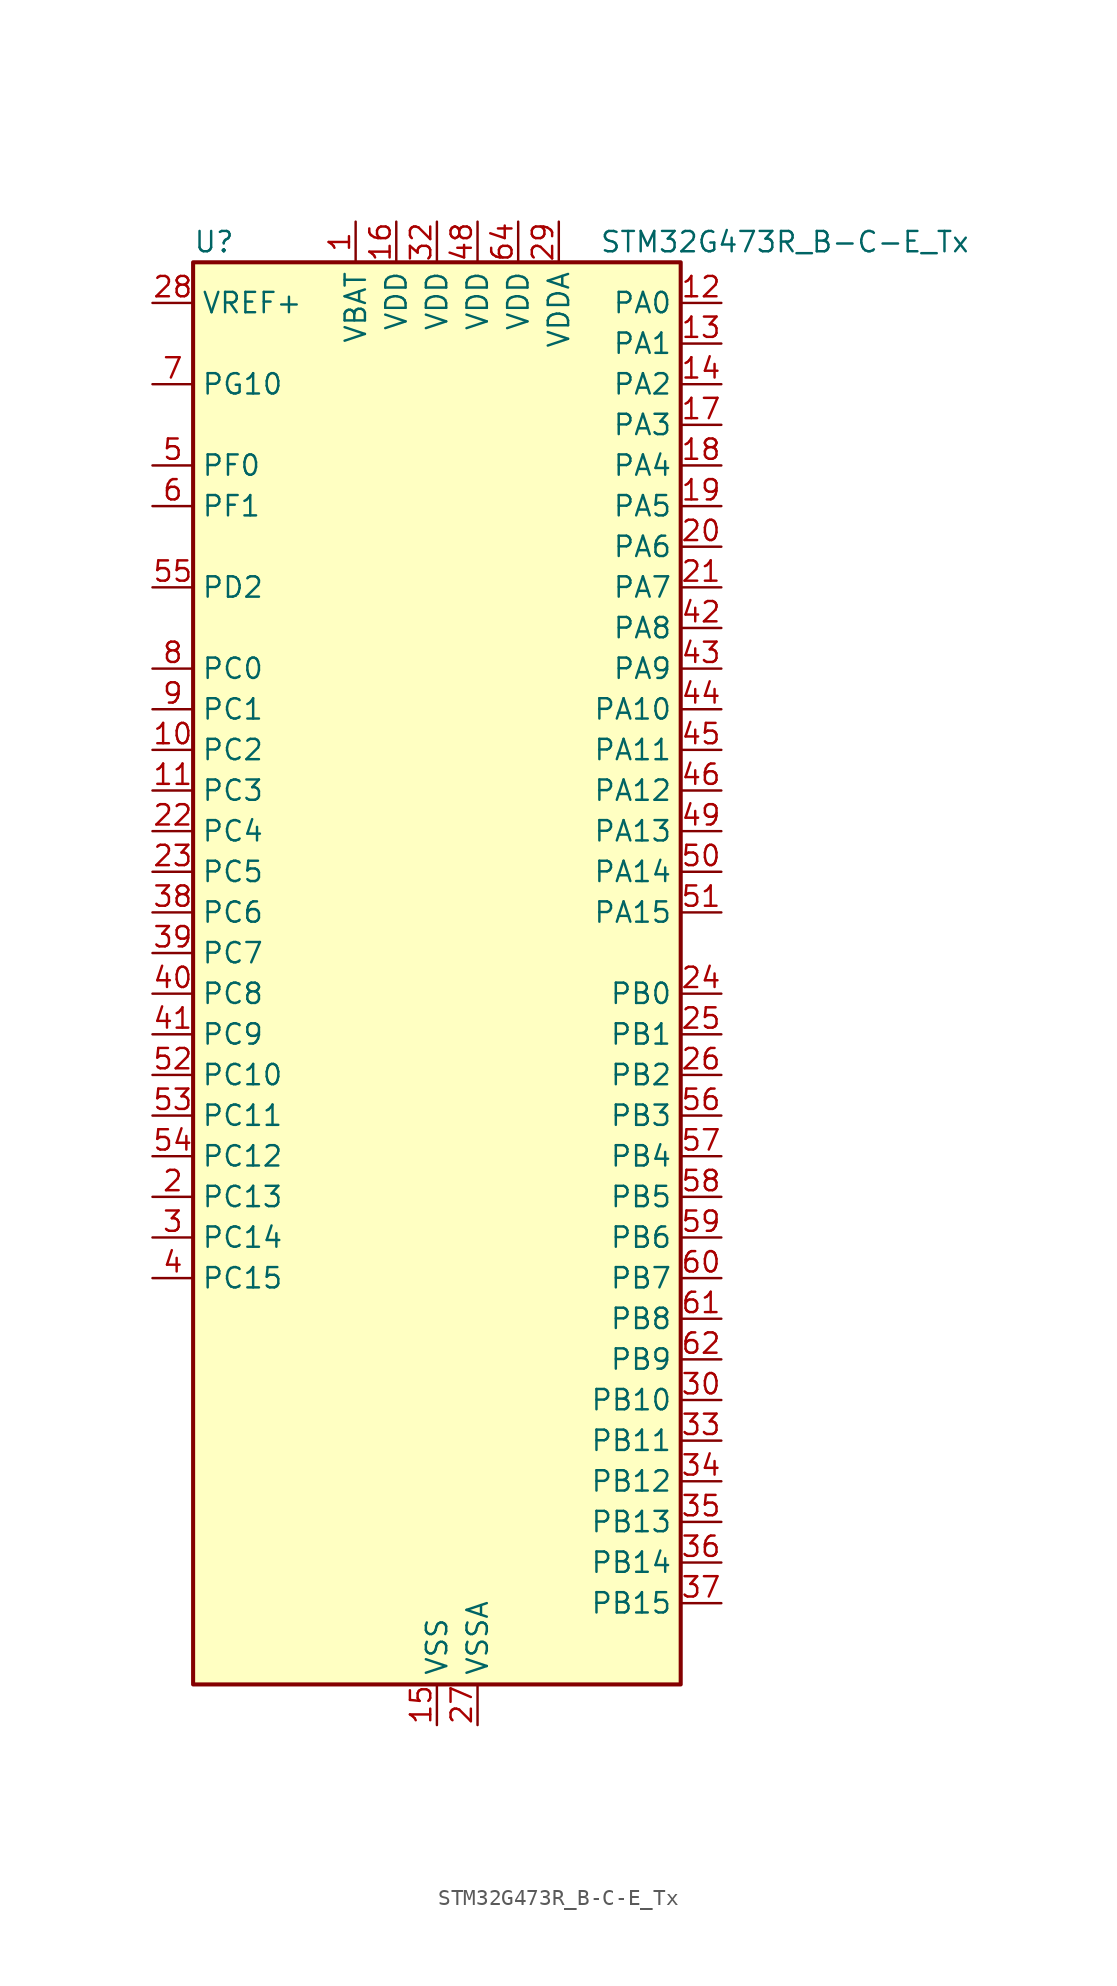
<source format=kicad_sym>
(kicad_symbol_lib
  (version 20231120)
  (generator "kicad_symbol_editor")
  (generator_version "8.0")
  (symbol "STM32G473R_B-C-E_Tx"
    (property "Reference" "U"
      (at -15.24 46.99 0)
      (effects (font (size 1.27 1.27)) (justify left)))
    (property "Value" "STM32G473R_B-C-E_Tx"
      (at 10.16 46.99 0)
      (effects (font (size 1.27 1.27)) (justify left)))
    (property "ki_locked" ""
      (at 0 0 0)
      (effects (font (size 1.27 1.27))))
    (symbol "STM32G473R_B-C-E_Tx_0_1"
      (rectangle (start -15.24 -43.18) (end 15.24 45.72) (stroke (width 0.254) (type default)) (fill (type background))))
    (symbol "STM32G473R_B-C-E_Tx_1_1"
      (pin power_in line (at -5.08 48.26 270) (length 2.54) (name "VBAT" (effects (font (size 1.27 1.27)))) (number "1" (effects (font (size 1.27 1.27)))))
      (pin bidirectional line (at -17.78 15.24 0) (length 2.54) (name "PC2" (effects (font (size 1.27 1.27)))) (number "10" (effects (font (size 1.27 1.27)))) (alternate "ADC1_IN8" bidirectional line) (alternate "ADC2_IN8" bidirectional line) (alternate "ADC3_EXTI2" bidirectional line) (alternate "ADC4_EXTI2" bidirectional line) (alternate "ADC5_EXTI2" bidirectional line) (alternate "COMP3_OUT" bidirectional line) (alternate "LPTIM1_IN2" bidirectional line) (alternate "QUADSPI1_BK2_IO1" bidirectional line) (alternate "TIM1_CH3" bidirectional line) (alternate "TIM20_CH2" bidirectional line))
      (pin bidirectional line (at -17.78 12.7 0) (length 2.54) (name "PC3" (effects (font (size 1.27 1.27)))) (number "11" (effects (font (size 1.27 1.27)))) (alternate "ADC1_IN9" bidirectional line) (alternate "ADC2_IN9" bidirectional line) (alternate "ADC3_EXTI3" bidirectional line) (alternate "ADC4_EXTI3" bidirectional line) (alternate "ADC5_EXTI3" bidirectional line) (alternate "LPTIM1_ETR" bidirectional line) (alternate "OPAMP5_VINP" bidirectional line) (alternate "OPAMP5_VINP_SEC" bidirectional line) (alternate "QUADSPI1_BK2_IO2" bidirectional line) (alternate "SAI1_D1" bidirectional line) (alternate "SAI1_SD_A" bidirectional line) (alternate "TIM1_BKIN2" bidirectional line) (alternate "TIM1_CH4" bidirectional line))
      (pin bidirectional line (at 17.78 43.18 180) (length 2.54) (name "PA0" (effects (font (size 1.27 1.27)))) (number "12" (effects (font (size 1.27 1.27)))) (alternate "ADC1_IN1" bidirectional line) (alternate "ADC2_IN1" bidirectional line) (alternate "COMP1_INM" bidirectional line) (alternate "COMP1_OUT" bidirectional line) (alternate "COMP3_INP" bidirectional line) (alternate "RTC_TAMP2" bidirectional line) (alternate "SYS_WKUP1" bidirectional line) (alternate "TIM2_CH1" bidirectional line) (alternate "TIM2_ETR" bidirectional line) (alternate "TIM5_CH1" bidirectional line) (alternate "TIM8_BKIN" bidirectional line) (alternate "TIM8_ETR" bidirectional line) (alternate "USART2_CTS" bidirectional line) (alternate "USART2_NSS" bidirectional line))
      (pin bidirectional line (at 17.78 40.64 180) (length 2.54) (name "PA1" (effects (font (size 1.27 1.27)))) (number "13" (effects (font (size 1.27 1.27)))) (alternate "ADC1_IN2" bidirectional line) (alternate "ADC2_IN2" bidirectional line) (alternate "COMP1_INP" bidirectional line) (alternate "OPAMP1_VINP" bidirectional line) (alternate "OPAMP1_VINP_SEC" bidirectional line) (alternate "OPAMP3_VINP" bidirectional line) (alternate "OPAMP3_VINP_SEC" bidirectional line) (alternate "OPAMP6_VINM" bidirectional line) (alternate "OPAMP6_VINM0" bidirectional line) (alternate "OPAMP6_VINM_SEC" bidirectional line) (alternate "RTC_REFIN" bidirectional line) (alternate "TIM15_CH1N" bidirectional line) (alternate "TIM2_CH2" bidirectional line) (alternate "TIM5_CH2" bidirectional line) (alternate "USART2_DE" bidirectional line) (alternate "USART2_RTS" bidirectional line))
      (pin bidirectional line (at 17.78 38.1 180) (length 2.54) (name "PA2" (effects (font (size 1.27 1.27)))) (number "14" (effects (font (size 1.27 1.27)))) (alternate "ADC1_IN3" bidirectional line) (alternate "ADC3_EXTI2" bidirectional line) (alternate "ADC4_EXTI2" bidirectional line) (alternate "ADC5_EXTI2" bidirectional line) (alternate "COMP2_INM" bidirectional line) (alternate "COMP2_OUT" bidirectional line) (alternate "LPUART1_TX" bidirectional line) (alternate "OPAMP1_VOUT" bidirectional line) (alternate "QUADSPI1_BK1_NCS" bidirectional line) (alternate "RCC_LSCO" bidirectional line) (alternate "SYS_WKUP4" bidirectional line) (alternate "TIM15_CH1" bidirectional line) (alternate "TIM2_CH3" bidirectional line) (alternate "TIM5_CH3" bidirectional line) (alternate "UCPD1_FRSTX1" bidirectional line) (alternate "UCPD1_FRSTX2" bidirectional line) (alternate "USART2_TX" bidirectional line))
      (pin power_in line (at 0 -45.72 90) (length 2.54) (name "VSS" (effects (font (size 1.27 1.27)))) (number "15" (effects (font (size 1.27 1.27)))))
      (pin power_in line (at -2.54 48.26 270) (length 2.54) (name "VDD" (effects (font (size 1.27 1.27)))) (number "16" (effects (font (size 1.27 1.27)))))
      (pin bidirectional line (at 17.78 35.56 180) (length 2.54) (name "PA3" (effects (font (size 1.27 1.27)))) (number "17" (effects (font (size 1.27 1.27)))) (alternate "ADC1_IN4" bidirectional line) (alternate "ADC3_EXTI3" bidirectional line) (alternate "ADC4_EXTI3" bidirectional line) (alternate "ADC5_EXTI3" bidirectional line) (alternate "COMP2_INP" bidirectional line) (alternate "LPUART1_RX" bidirectional line) (alternate "OPAMP1_VINM" bidirectional line) (alternate "OPAMP1_VINM0" bidirectional line) (alternate "OPAMP1_VINM_SEC" bidirectional line) (alternate "OPAMP1_VINP" bidirectional line) (alternate "OPAMP1_VINP_SEC" bidirectional line) (alternate "OPAMP5_VINM" bidirectional line) (alternate "OPAMP5_VINM1" bidirectional line) (alternate "OPAMP5_VINM_SEC" bidirectional line) (alternate "QUADSPI1_CLK" bidirectional line) (alternate "SAI1_CK1" bidirectional line) (alternate "SAI1_MCLK_A" bidirectional line) (alternate "TIM15_CH2" bidirectional line) (alternate "TIM2_CH4" bidirectional line) (alternate "TIM5_CH4" bidirectional line) (alternate "USART2_RX" bidirectional line))
      (pin bidirectional line (at 17.78 33.02 180) (length 2.54) (name "PA4" (effects (font (size 1.27 1.27)))) (number "18" (effects (font (size 1.27 1.27)))) (alternate "ADC2_IN17" bidirectional line) (alternate "COMP1_INM" bidirectional line) (alternate "DAC1_OUT1" bidirectional line) (alternate "I2S3_WS" bidirectional line) (alternate "SAI1_FS_B" bidirectional line) (alternate "SPI1_NSS" bidirectional line) (alternate "SPI3_NSS" bidirectional line) (alternate "TIM3_CH2" bidirectional line) (alternate "USART2_CK" bidirectional line))
      (pin bidirectional line (at 17.78 30.48 180) (length 2.54) (name "PA5" (effects (font (size 1.27 1.27)))) (number "19" (effects (font (size 1.27 1.27)))) (alternate "ADC2_IN13" bidirectional line) (alternate "COMP2_INM" bidirectional line) (alternate "DAC1_OUT2" bidirectional line) (alternate "OPAMP2_VINM" bidirectional line) (alternate "OPAMP2_VINM0" bidirectional line) (alternate "OPAMP2_VINM_SEC" bidirectional line) (alternate "SPI1_SCK" bidirectional line) (alternate "TIM2_CH1" bidirectional line) (alternate "TIM2_ETR" bidirectional line) (alternate "UCPD1_FRSTX1" bidirectional line) (alternate "UCPD1_FRSTX2" bidirectional line))
      (pin bidirectional line (at -17.78 -12.7 0) (length 2.54) (name "PC13" (effects (font (size 1.27 1.27)))) (number "2" (effects (font (size 1.27 1.27)))) (alternate "RTC_OUT1" bidirectional line) (alternate "RTC_TAMP1" bidirectional line) (alternate "RTC_TS" bidirectional line) (alternate "SYS_WKUP2" bidirectional line) (alternate "TIM1_BKIN" bidirectional line) (alternate "TIM1_CH1N" bidirectional line) (alternate "TIM8_CH4N" bidirectional line))
      (pin bidirectional line (at 17.78 27.94 180) (length 2.54) (name "PA6" (effects (font (size 1.27 1.27)))) (number "20" (effects (font (size 1.27 1.27)))) (alternate "ADC2_IN3" bidirectional line) (alternate "COMP1_OUT" bidirectional line) (alternate "DAC2_OUT1" bidirectional line) (alternate "LPUART1_CTS" bidirectional line) (alternate "OPAMP2_VOUT" bidirectional line) (alternate "QUADSPI1_BK1_IO3" bidirectional line) (alternate "SPI1_MISO" bidirectional line) (alternate "TIM16_CH1" bidirectional line) (alternate "TIM1_BKIN" bidirectional line) (alternate "TIM3_CH1" bidirectional line) (alternate "TIM8_BKIN" bidirectional line))
      (pin bidirectional line (at 17.78 25.4 180) (length 2.54) (name "PA7" (effects (font (size 1.27 1.27)))) (number "21" (effects (font (size 1.27 1.27)))) (alternate "ADC2_IN4" bidirectional line) (alternate "COMP2_INP" bidirectional line) (alternate "COMP2_OUT" bidirectional line) (alternate "OPAMP1_VINP" bidirectional line) (alternate "OPAMP1_VINP_SEC" bidirectional line) (alternate "OPAMP2_VINP" bidirectional line) (alternate "OPAMP2_VINP_SEC" bidirectional line) (alternate "QUADSPI1_BK1_IO2" bidirectional line) (alternate "SPI1_MOSI" bidirectional line) (alternate "TIM17_CH1" bidirectional line) (alternate "TIM1_CH1N" bidirectional line) (alternate "TIM3_CH2" bidirectional line) (alternate "TIM8_CH1N" bidirectional line) (alternate "UCPD1_FRSTX1" bidirectional line) (alternate "UCPD1_FRSTX2" bidirectional line))
      (pin bidirectional line (at -17.78 10.16 0) (length 2.54) (name "PC4" (effects (font (size 1.27 1.27)))) (number "22" (effects (font (size 1.27 1.27)))) (alternate "ADC2_IN5" bidirectional line) (alternate "I2C2_SCL" bidirectional line) (alternate "QUADSPI1_BK2_IO3" bidirectional line) (alternate "TIM1_ETR" bidirectional line) (alternate "USART1_TX" bidirectional line))
      (pin bidirectional line (at -17.78 7.62 0) (length 2.54) (name "PC5" (effects (font (size 1.27 1.27)))) (number "23" (effects (font (size 1.27 1.27)))) (alternate "ADC2_IN11" bidirectional line) (alternate "OPAMP1_VINM" bidirectional line) (alternate "OPAMP1_VINM1" bidirectional line) (alternate "OPAMP1_VINM_SEC" bidirectional line) (alternate "OPAMP2_VINM" bidirectional line) (alternate "OPAMP2_VINM1" bidirectional line) (alternate "OPAMP2_VINM_SEC" bidirectional line) (alternate "SAI1_D3" bidirectional line) (alternate "SYS_WKUP5" bidirectional line) (alternate "TIM15_BKIN" bidirectional line) (alternate "TIM1_CH4N" bidirectional line) (alternate "USART1_RX" bidirectional line))
      (pin bidirectional line (at 17.78 0 180) (length 2.54) (name "PB0" (effects (font (size 1.27 1.27)))) (number "24" (effects (font (size 1.27 1.27)))) (alternate "ADC1_IN15" bidirectional line) (alternate "ADC3_IN12" bidirectional line) (alternate "COMP4_INP" bidirectional line) (alternate "OPAMP2_VINP" bidirectional line) (alternate "OPAMP2_VINP_SEC" bidirectional line) (alternate "OPAMP3_VINP" bidirectional line) (alternate "OPAMP3_VINP_SEC" bidirectional line) (alternate "QUADSPI1_BK1_IO1" bidirectional line) (alternate "TIM1_CH2N" bidirectional line) (alternate "TIM3_CH3" bidirectional line) (alternate "TIM8_CH2N" bidirectional line) (alternate "UCPD1_FRSTX1" bidirectional line) (alternate "UCPD1_FRSTX2" bidirectional line))
      (pin bidirectional line (at 17.78 -2.54 180) (length 2.54) (name "PB1" (effects (font (size 1.27 1.27)))) (number "25" (effects (font (size 1.27 1.27)))) (alternate "ADC1_IN12" bidirectional line) (alternate "ADC3_IN1" bidirectional line) (alternate "COMP1_INP" bidirectional line) (alternate "COMP4_OUT" bidirectional line) (alternate "LPUART1_DE" bidirectional line) (alternate "LPUART1_RTS" bidirectional line) (alternate "OPAMP3_VOUT" bidirectional line) (alternate "OPAMP6_VINM" bidirectional line) (alternate "OPAMP6_VINM1" bidirectional line) (alternate "OPAMP6_VINM_SEC" bidirectional line) (alternate "QUADSPI1_BK1_IO0" bidirectional line) (alternate "TIM1_CH3N" bidirectional line) (alternate "TIM3_CH4" bidirectional line) (alternate "TIM8_CH3N" bidirectional line))
      (pin bidirectional line (at 17.78 -5.08 180) (length 2.54) (name "PB2" (effects (font (size 1.27 1.27)))) (number "26" (effects (font (size 1.27 1.27)))) (alternate "ADC2_IN12" bidirectional line) (alternate "ADC3_EXTI2" bidirectional line) (alternate "ADC4_EXTI2" bidirectional line) (alternate "ADC5_EXTI2" bidirectional line) (alternate "COMP4_INM" bidirectional line) (alternate "I2C3_SMBA" bidirectional line) (alternate "LPTIM1_OUT" bidirectional line) (alternate "OPAMP3_VINM" bidirectional line) (alternate "OPAMP3_VINM0" bidirectional line) (alternate "OPAMP3_VINM_SEC" bidirectional line) (alternate "QUADSPI1_BK2_IO1" bidirectional line) (alternate "RTC_OUT2" bidirectional line) (alternate "TIM20_CH1" bidirectional line) (alternate "TIM5_CH1" bidirectional line))
      (pin power_in line (at 2.54 -45.72 90) (length 2.54) (name "VSSA" (effects (font (size 1.27 1.27)))) (number "27" (effects (font (size 1.27 1.27)))))
      (pin input line (at -17.78 43.18 0) (length 2.54) (name "VREF+" (effects (font (size 1.27 1.27)))) (number "28" (effects (font (size 1.27 1.27)))) (alternate "VREFBUF_OUT" bidirectional line))
      (pin power_in line (at 7.62 48.26 270) (length 2.54) (name "VDDA" (effects (font (size 1.27 1.27)))) (number "29" (effects (font (size 1.27 1.27)))))
      (pin bidirectional line (at -17.78 -15.24 0) (length 2.54) (name "PC14" (effects (font (size 1.27 1.27)))) (number "3" (effects (font (size 1.27 1.27)))) (alternate "RCC_OSC32_IN" bidirectional line))
      (pin bidirectional line (at 17.78 -25.4 180) (length 2.54) (name "PB10" (effects (font (size 1.27 1.27)))) (number "30" (effects (font (size 1.27 1.27)))) (alternate "COMP5_INM" bidirectional line) (alternate "DAC1_EXTI10" bidirectional line) (alternate "DAC2_EXTI10" bidirectional line) (alternate "DAC3_EXTI10" bidirectional line) (alternate "DAC4_EXTI10" bidirectional line) (alternate "LPUART1_RX" bidirectional line) (alternate "OPAMP3_VINM" bidirectional line) (alternate "OPAMP3_VINM1" bidirectional line) (alternate "OPAMP3_VINM_SEC" bidirectional line) (alternate "OPAMP4_VINM" bidirectional line) (alternate "OPAMP4_VINM0" bidirectional line) (alternate "OPAMP4_VINM_SEC" bidirectional line) (alternate "QUADSPI1_CLK" bidirectional line) (alternate "SAI1_SCK_A" bidirectional line) (alternate "TIM1_BKIN" bidirectional line) (alternate "TIM2_CH3" bidirectional line) (alternate "USART3_TX" bidirectional line))
      (pin passive line (at 0 -45.72 90) (length 2.54) hide (name "VSS" (effects (font (size 1.27 1.27)))) (number "31" (effects (font (size 1.27 1.27)))))
      (pin power_in line (at 0 48.26 270) (length 2.54) (name "VDD" (effects (font (size 1.27 1.27)))) (number "32" (effects (font (size 1.27 1.27)))))
      (pin bidirectional line (at 17.78 -27.94 180) (length 2.54) (name "PB11" (effects (font (size 1.27 1.27)))) (number "33" (effects (font (size 1.27 1.27)))) (alternate "ADC1_EXTI11" bidirectional line) (alternate "ADC1_IN14" bidirectional line) (alternate "ADC2_EXTI11" bidirectional line) (alternate "ADC2_IN14" bidirectional line) (alternate "COMP6_INP" bidirectional line) (alternate "LPUART1_TX" bidirectional line) (alternate "OPAMP4_VINP" bidirectional line) (alternate "OPAMP4_VINP_SEC" bidirectional line) (alternate "OPAMP6_VOUT" bidirectional line) (alternate "QUADSPI1_BK1_NCS" bidirectional line) (alternate "TIM2_CH4" bidirectional line) (alternate "USART3_RX" bidirectional line))
      (pin bidirectional line (at 17.78 -30.48 180) (length 2.54) (name "PB12" (effects (font (size 1.27 1.27)))) (number "34" (effects (font (size 1.27 1.27)))) (alternate "ADC1_IN11" bidirectional line) (alternate "ADC4_IN3" bidirectional line) (alternate "COMP7_INM" bidirectional line) (alternate "FDCAN2_RX" bidirectional line) (alternate "I2C2_SMBA" bidirectional line) (alternate "I2S2_WS" bidirectional line) (alternate "LPUART1_DE" bidirectional line) (alternate "LPUART1_RTS" bidirectional line) (alternate "OPAMP4_VOUT" bidirectional line) (alternate "OPAMP6_VINP" bidirectional line) (alternate "OPAMP6_VINP_SEC" bidirectional line) (alternate "SPI2_NSS" bidirectional line) (alternate "TIM1_BKIN" bidirectional line) (alternate "TIM5_ETR" bidirectional line) (alternate "USART3_CK" bidirectional line))
      (pin bidirectional line (at 17.78 -33.02 180) (length 2.54) (name "PB13" (effects (font (size 1.27 1.27)))) (number "35" (effects (font (size 1.27 1.27)))) (alternate "ADC3_IN5" bidirectional line) (alternate "COMP5_INP" bidirectional line) (alternate "FDCAN2_TX" bidirectional line) (alternate "I2S2_CK" bidirectional line) (alternate "LPUART1_CTS" bidirectional line) (alternate "OPAMP3_VINP" bidirectional line) (alternate "OPAMP3_VINP_SEC" bidirectional line) (alternate "OPAMP4_VINP" bidirectional line) (alternate "OPAMP4_VINP_SEC" bidirectional line) (alternate "OPAMP6_VINP" bidirectional line) (alternate "OPAMP6_VINP_SEC" bidirectional line) (alternate "SPI2_SCK" bidirectional line) (alternate "TIM1_CH1N" bidirectional line) (alternate "USART3_CTS" bidirectional line) (alternate "USART3_NSS" bidirectional line))
      (pin bidirectional line (at 17.78 -35.56 180) (length 2.54) (name "PB14" (effects (font (size 1.27 1.27)))) (number "36" (effects (font (size 1.27 1.27)))) (alternate "ADC1_IN5" bidirectional line) (alternate "ADC4_IN4" bidirectional line) (alternate "COMP4_OUT" bidirectional line) (alternate "COMP7_INP" bidirectional line) (alternate "OPAMP2_VINP" bidirectional line) (alternate "OPAMP2_VINP_SEC" bidirectional line) (alternate "OPAMP5_VINP" bidirectional line) (alternate "OPAMP5_VINP_SEC" bidirectional line) (alternate "SPI2_MISO" bidirectional line) (alternate "TIM15_CH1" bidirectional line) (alternate "TIM1_CH2N" bidirectional line) (alternate "USART3_DE" bidirectional line) (alternate "USART3_RTS" bidirectional line))
      (pin bidirectional line (at 17.78 -38.1 180) (length 2.54) (name "PB15" (effects (font (size 1.27 1.27)))) (number "37" (effects (font (size 1.27 1.27)))) (alternate "ADC1_EXTI15" bidirectional line) (alternate "ADC2_EXTI15" bidirectional line) (alternate "ADC2_IN15" bidirectional line) (alternate "ADC4_IN5" bidirectional line) (alternate "COMP3_OUT" bidirectional line) (alternate "COMP6_INM" bidirectional line) (alternate "I2S2_SD" bidirectional line) (alternate "OPAMP5_VINM" bidirectional line) (alternate "OPAMP5_VINM0" bidirectional line) (alternate "OPAMP5_VINM_SEC" bidirectional line) (alternate "RTC_REFIN" bidirectional line) (alternate "SPI2_MOSI" bidirectional line) (alternate "TIM15_CH1N" bidirectional line) (alternate "TIM15_CH2" bidirectional line) (alternate "TIM1_CH3N" bidirectional line))
      (pin bidirectional line (at -17.78 5.08 0) (length 2.54) (name "PC6" (effects (font (size 1.27 1.27)))) (number "38" (effects (font (size 1.27 1.27)))) (alternate "COMP6_OUT" bidirectional line) (alternate "I2C4_SCL" bidirectional line) (alternate "I2S2_MCK" bidirectional line) (alternate "TIM3_CH1" bidirectional line) (alternate "TIM8_CH1" bidirectional line))
      (pin bidirectional line (at -17.78 2.54 0) (length 2.54) (name "PC7" (effects (font (size 1.27 1.27)))) (number "39" (effects (font (size 1.27 1.27)))) (alternate "COMP5_OUT" bidirectional line) (alternate "I2C4_SDA" bidirectional line) (alternate "I2S3_MCK" bidirectional line) (alternate "TIM3_CH2" bidirectional line) (alternate "TIM8_CH2" bidirectional line))
      (pin bidirectional line (at -17.78 -17.78 0) (length 2.54) (name "PC15" (effects (font (size 1.27 1.27)))) (number "4" (effects (font (size 1.27 1.27)))) (alternate "ADC1_EXTI15" bidirectional line) (alternate "ADC2_EXTI15" bidirectional line) (alternate "RCC_OSC32_OUT" bidirectional line))
      (pin bidirectional line (at -17.78 0 0) (length 2.54) (name "PC8" (effects (font (size 1.27 1.27)))) (number "40" (effects (font (size 1.27 1.27)))) (alternate "COMP7_OUT" bidirectional line) (alternate "I2C3_SCL" bidirectional line) (alternate "TIM20_CH3" bidirectional line) (alternate "TIM3_CH3" bidirectional line) (alternate "TIM8_CH3" bidirectional line))
      (pin bidirectional line (at -17.78 -2.54 0) (length 2.54) (name "PC9" (effects (font (size 1.27 1.27)))) (number "41" (effects (font (size 1.27 1.27)))) (alternate "DAC1_EXTI9" bidirectional line) (alternate "DAC2_EXTI9" bidirectional line) (alternate "DAC3_EXTI9" bidirectional line) (alternate "DAC4_EXTI9" bidirectional line) (alternate "I2C3_SDA" bidirectional line) (alternate "I2S_CKIN" bidirectional line) (alternate "TIM3_CH4" bidirectional line) (alternate "TIM8_BKIN2" bidirectional line) (alternate "TIM8_CH4" bidirectional line))
      (pin bidirectional line (at 17.78 22.86 180) (length 2.54) (name "PA8" (effects (font (size 1.27 1.27)))) (number "42" (effects (font (size 1.27 1.27)))) (alternate "ADC5_IN1" bidirectional line) (alternate "COMP7_OUT" bidirectional line) (alternate "FDCAN3_RX" bidirectional line) (alternate "I2C2_SDA" bidirectional line) (alternate "I2C3_SCL" bidirectional line) (alternate "I2S2_MCK" bidirectional line) (alternate "OPAMP5_VOUT" bidirectional line) (alternate "RCC_MCO" bidirectional line) (alternate "SAI1_CK2" bidirectional line) (alternate "SAI1_SCK_A" bidirectional line) (alternate "TIM1_CH1" bidirectional line) (alternate "TIM4_ETR" bidirectional line) (alternate "USART1_CK" bidirectional line))
      (pin bidirectional line (at 17.78 20.32 180) (length 2.54) (name "PA9" (effects (font (size 1.27 1.27)))) (number "43" (effects (font (size 1.27 1.27)))) (alternate "ADC5_IN2" bidirectional line) (alternate "COMP5_OUT" bidirectional line) (alternate "DAC1_EXTI9" bidirectional line) (alternate "DAC2_EXTI9" bidirectional line) (alternate "DAC3_EXTI9" bidirectional line) (alternate "DAC4_EXTI9" bidirectional line) (alternate "I2C2_SCL" bidirectional line) (alternate "I2C3_SMBA" bidirectional line) (alternate "I2S3_MCK" bidirectional line) (alternate "SAI1_FS_A" bidirectional line) (alternate "TIM15_BKIN" bidirectional line) (alternate "TIM1_CH2" bidirectional line) (alternate "TIM2_CH3" bidirectional line) (alternate "UCPD1_DBCC1" bidirectional line) (alternate "USART1_TX" bidirectional line))
      (pin bidirectional line (at 17.78 17.78 180) (length 2.54) (name "PA10" (effects (font (size 1.27 1.27)))) (number "44" (effects (font (size 1.27 1.27)))) (alternate "COMP6_OUT" bidirectional line) (alternate "CRS_SYNC" bidirectional line) (alternate "DAC1_EXTI10" bidirectional line) (alternate "DAC2_EXTI10" bidirectional line) (alternate "DAC3_EXTI10" bidirectional line) (alternate "DAC4_EXTI10" bidirectional line) (alternate "I2C2_SMBA" bidirectional line) (alternate "SAI1_D1" bidirectional line) (alternate "SAI1_SD_A" bidirectional line) (alternate "SPI2_MISO" bidirectional line) (alternate "TIM17_BKIN" bidirectional line) (alternate "TIM1_CH3" bidirectional line) (alternate "TIM2_CH4" bidirectional line) (alternate "TIM8_BKIN" bidirectional line) (alternate "UCPD1_DBCC2" bidirectional line) (alternate "USART1_RX" bidirectional line))
      (pin bidirectional line (at 17.78 15.24 180) (length 2.54) (name "PA11" (effects (font (size 1.27 1.27)))) (number "45" (effects (font (size 1.27 1.27)))) (alternate "ADC1_EXTI11" bidirectional line) (alternate "ADC2_EXTI11" bidirectional line) (alternate "COMP1_OUT" bidirectional line) (alternate "FDCAN1_RX" bidirectional line) (alternate "I2S2_SD" bidirectional line) (alternate "SPI2_MOSI" bidirectional line) (alternate "TIM1_BKIN2" bidirectional line) (alternate "TIM1_CH1N" bidirectional line) (alternate "TIM1_CH4" bidirectional line) (alternate "TIM4_CH1" bidirectional line) (alternate "USART1_CTS" bidirectional line) (alternate "USART1_NSS" bidirectional line) (alternate "USB_DM" bidirectional line))
      (pin bidirectional line (at 17.78 12.7 180) (length 2.54) (name "PA12" (effects (font (size 1.27 1.27)))) (number "46" (effects (font (size 1.27 1.27)))) (alternate "COMP2_OUT" bidirectional line) (alternate "FDCAN1_TX" bidirectional line) (alternate "I2S_CKIN" bidirectional line) (alternate "TIM16_CH1" bidirectional line) (alternate "TIM1_CH2N" bidirectional line) (alternate "TIM1_ETR" bidirectional line) (alternate "TIM4_CH2" bidirectional line) (alternate "USART1_DE" bidirectional line) (alternate "USART1_RTS" bidirectional line) (alternate "USB_DP" bidirectional line))
      (pin passive line (at 0 -45.72 90) (length 2.54) hide (name "VSS" (effects (font (size 1.27 1.27)))) (number "47" (effects (font (size 1.27 1.27)))))
      (pin power_in line (at 2.54 48.26 270) (length 2.54) (name "VDD" (effects (font (size 1.27 1.27)))) (number "48" (effects (font (size 1.27 1.27)))))
      (pin bidirectional line (at 17.78 10.16 180) (length 2.54) (name "PA13" (effects (font (size 1.27 1.27)))) (number "49" (effects (font (size 1.27 1.27)))) (alternate "I2C1_SCL" bidirectional line) (alternate "I2C4_SCL" bidirectional line) (alternate "IR_OUT" bidirectional line) (alternate "SAI1_SD_B" bidirectional line) (alternate "SYS_JTMS-SWDIO" bidirectional line) (alternate "TIM16_CH1N" bidirectional line) (alternate "TIM4_CH3" bidirectional line) (alternate "USART3_CTS" bidirectional line) (alternate "USART3_NSS" bidirectional line))
      (pin bidirectional line (at -17.78 33.02 0) (length 2.54) (name "PF0" (effects (font (size 1.27 1.27)))) (number "5" (effects (font (size 1.27 1.27)))) (alternate "ADC1_IN10" bidirectional line) (alternate "I2C2_SDA" bidirectional line) (alternate "I2S2_WS" bidirectional line) (alternate "RCC_OSC_IN" bidirectional line) (alternate "SPI2_NSS" bidirectional line) (alternate "TIM1_CH3N" bidirectional line))
      (pin bidirectional line (at 17.78 7.62 180) (length 2.54) (name "PA14" (effects (font (size 1.27 1.27)))) (number "50" (effects (font (size 1.27 1.27)))) (alternate "I2C1_SDA" bidirectional line) (alternate "I2C4_SMBA" bidirectional line) (alternate "LPTIM1_OUT" bidirectional line) (alternate "SAI1_FS_B" bidirectional line) (alternate "SYS_JTCK-SWCLK" bidirectional line) (alternate "TIM1_BKIN" bidirectional line) (alternate "TIM8_CH2" bidirectional line) (alternate "USART2_TX" bidirectional line))
      (pin bidirectional line (at 17.78 5.08 180) (length 2.54) (name "PA15" (effects (font (size 1.27 1.27)))) (number "51" (effects (font (size 1.27 1.27)))) (alternate "ADC1_EXTI15" bidirectional line) (alternate "ADC2_EXTI15" bidirectional line) (alternate "FDCAN3_TX" bidirectional line) (alternate "I2C1_SCL" bidirectional line) (alternate "I2S3_WS" bidirectional line) (alternate "SPI1_NSS" bidirectional line) (alternate "SPI3_NSS" bidirectional line) (alternate "SYS_JTDI" bidirectional line) (alternate "TIM1_BKIN" bidirectional line) (alternate "TIM2_CH1" bidirectional line) (alternate "TIM2_ETR" bidirectional line) (alternate "TIM8_CH1" bidirectional line) (alternate "UART4_DE" bidirectional line) (alternate "UART4_RTS" bidirectional line) (alternate "USART2_RX" bidirectional line))
      (pin bidirectional line (at -17.78 -5.08 0) (length 2.54) (name "PC10" (effects (font (size 1.27 1.27)))) (number "52" (effects (font (size 1.27 1.27)))) (alternate "DAC1_EXTI10" bidirectional line) (alternate "DAC2_EXTI10" bidirectional line) (alternate "DAC3_EXTI10" bidirectional line) (alternate "DAC4_EXTI10" bidirectional line) (alternate "I2S3_CK" bidirectional line) (alternate "SPI3_SCK" bidirectional line) (alternate "TIM8_CH1N" bidirectional line) (alternate "UART4_TX" bidirectional line) (alternate "USART3_TX" bidirectional line))
      (pin bidirectional line (at -17.78 -7.62 0) (length 2.54) (name "PC11" (effects (font (size 1.27 1.27)))) (number "53" (effects (font (size 1.27 1.27)))) (alternate "ADC1_EXTI11" bidirectional line) (alternate "ADC2_EXTI11" bidirectional line) (alternate "I2C3_SDA" bidirectional line) (alternate "SPI3_MISO" bidirectional line) (alternate "TIM8_CH2N" bidirectional line) (alternate "UART4_RX" bidirectional line) (alternate "USART3_RX" bidirectional line))
      (pin bidirectional line (at -17.78 -10.16 0) (length 2.54) (name "PC12" (effects (font (size 1.27 1.27)))) (number "54" (effects (font (size 1.27 1.27)))) (alternate "I2S3_SD" bidirectional line) (alternate "SPI3_MOSI" bidirectional line) (alternate "TIM5_CH2" bidirectional line) (alternate "TIM8_CH3N" bidirectional line) (alternate "UART5_TX" bidirectional line) (alternate "UCPD1_FRSTX1" bidirectional line) (alternate "UCPD1_FRSTX2" bidirectional line) (alternate "USART3_CK" bidirectional line))
      (pin bidirectional line (at -17.78 25.4 0) (length 2.54) (name "PD2" (effects (font (size 1.27 1.27)))) (number "55" (effects (font (size 1.27 1.27)))) (alternate "ADC3_EXTI2" bidirectional line) (alternate "ADC4_EXTI2" bidirectional line) (alternate "ADC5_EXTI2" bidirectional line) (alternate "TIM3_ETR" bidirectional line) (alternate "TIM8_BKIN" bidirectional line) (alternate "UART5_RX" bidirectional line))
      (pin bidirectional line (at 17.78 -7.62 180) (length 2.54) (name "PB3" (effects (font (size 1.27 1.27)))) (number "56" (effects (font (size 1.27 1.27)))) (alternate "ADC3_EXTI3" bidirectional line) (alternate "ADC4_EXTI3" bidirectional line) (alternate "ADC5_EXTI3" bidirectional line) (alternate "CRS_SYNC" bidirectional line) (alternate "FDCAN3_RX" bidirectional line) (alternate "I2S3_CK" bidirectional line) (alternate "SAI1_SCK_B" bidirectional line) (alternate "SPI1_SCK" bidirectional line) (alternate "SPI3_SCK" bidirectional line) (alternate "SYS_JTDO-SWO" bidirectional line) (alternate "TIM2_CH2" bidirectional line) (alternate "TIM3_ETR" bidirectional line) (alternate "TIM4_ETR" bidirectional line) (alternate "TIM8_CH1N" bidirectional line) (alternate "USART2_TX" bidirectional line))
      (pin bidirectional line (at 17.78 -10.16 180) (length 2.54) (name "PB4" (effects (font (size 1.27 1.27)))) (number "57" (effects (font (size 1.27 1.27)))) (alternate "FDCAN3_TX" bidirectional line) (alternate "SAI1_MCLK_B" bidirectional line) (alternate "SPI1_MISO" bidirectional line) (alternate "SPI3_MISO" bidirectional line) (alternate "SYS_JTRST" bidirectional line) (alternate "TIM16_CH1" bidirectional line) (alternate "TIM17_BKIN" bidirectional line) (alternate "TIM3_CH1" bidirectional line) (alternate "TIM8_CH2N" bidirectional line) (alternate "UART5_DE" bidirectional line) (alternate "UART5_RTS" bidirectional line) (alternate "UCPD1_CC2" bidirectional line) (alternate "USART2_RX" bidirectional line))
      (pin bidirectional line (at 17.78 -12.7 180) (length 2.54) (name "PB5" (effects (font (size 1.27 1.27)))) (number "58" (effects (font (size 1.27 1.27)))) (alternate "FDCAN2_RX" bidirectional line) (alternate "I2C1_SMBA" bidirectional line) (alternate "I2C3_SDA" bidirectional line) (alternate "I2S3_SD" bidirectional line) (alternate "LPTIM1_IN1" bidirectional line) (alternate "SAI1_SD_B" bidirectional line) (alternate "SPI1_MOSI" bidirectional line) (alternate "SPI3_MOSI" bidirectional line) (alternate "TIM16_BKIN" bidirectional line) (alternate "TIM17_CH1" bidirectional line) (alternate "TIM3_CH2" bidirectional line) (alternate "TIM8_CH3N" bidirectional line) (alternate "UART5_CTS" bidirectional line) (alternate "USART2_CK" bidirectional line))
      (pin bidirectional line (at 17.78 -15.24 180) (length 2.54) (name "PB6" (effects (font (size 1.27 1.27)))) (number "59" (effects (font (size 1.27 1.27)))) (alternate "COMP4_OUT" bidirectional line) (alternate "FDCAN2_TX" bidirectional line) (alternate "LPTIM1_ETR" bidirectional line) (alternate "SAI1_FS_B" bidirectional line) (alternate "TIM16_CH1N" bidirectional line) (alternate "TIM4_CH1" bidirectional line) (alternate "TIM8_BKIN2" bidirectional line) (alternate "TIM8_CH1" bidirectional line) (alternate "TIM8_ETR" bidirectional line) (alternate "UCPD1_CC1" bidirectional line) (alternate "USART1_TX" bidirectional line))
      (pin bidirectional line (at -17.78 30.48 0) (length 2.54) (name "PF1" (effects (font (size 1.27 1.27)))) (number "6" (effects (font (size 1.27 1.27)))) (alternate "ADC2_IN10" bidirectional line) (alternate "COMP3_INM" bidirectional line) (alternate "I2S2_CK" bidirectional line) (alternate "RCC_OSC_OUT" bidirectional line) (alternate "SPI2_SCK" bidirectional line))
      (pin bidirectional line (at 17.78 -17.78 180) (length 2.54) (name "PB7" (effects (font (size 1.27 1.27)))) (number "60" (effects (font (size 1.27 1.27)))) (alternate "COMP3_OUT" bidirectional line) (alternate "I2C1_SDA" bidirectional line) (alternate "I2C4_SDA" bidirectional line) (alternate "LPTIM1_IN2" bidirectional line) (alternate "SYS_PVD_IN" bidirectional line) (alternate "TIM17_CH1N" bidirectional line) (alternate "TIM3_CH4" bidirectional line) (alternate "TIM4_CH2" bidirectional line) (alternate "TIM8_BKIN" bidirectional line) (alternate "UART4_CTS" bidirectional line) (alternate "USART1_RX" bidirectional line))
      (pin bidirectional line (at 17.78 -20.32 180) (length 2.54) (name "PB8" (effects (font (size 1.27 1.27)))) (number "61" (effects (font (size 1.27 1.27)))) (alternate "COMP1_OUT" bidirectional line) (alternate "FDCAN1_RX" bidirectional line) (alternate "I2C1_SCL" bidirectional line) (alternate "SAI1_CK1" bidirectional line) (alternate "SAI1_MCLK_A" bidirectional line) (alternate "TIM16_CH1" bidirectional line) (alternate "TIM1_BKIN" bidirectional line) (alternate "TIM4_CH3" bidirectional line) (alternate "TIM8_CH2" bidirectional line) (alternate "USART3_RX" bidirectional line))
      (pin bidirectional line (at 17.78 -22.86 180) (length 2.54) (name "PB9" (effects (font (size 1.27 1.27)))) (number "62" (effects (font (size 1.27 1.27)))) (alternate "COMP2_OUT" bidirectional line) (alternate "DAC1_EXTI9" bidirectional line) (alternate "DAC2_EXTI9" bidirectional line) (alternate "DAC3_EXTI9" bidirectional line) (alternate "DAC4_EXTI9" bidirectional line) (alternate "FDCAN1_TX" bidirectional line) (alternate "I2C1_SDA" bidirectional line) (alternate "IR_OUT" bidirectional line) (alternate "SAI1_D2" bidirectional line) (alternate "SAI1_FS_A" bidirectional line) (alternate "TIM17_CH1" bidirectional line) (alternate "TIM1_CH3N" bidirectional line) (alternate "TIM4_CH4" bidirectional line) (alternate "TIM8_CH3" bidirectional line) (alternate "USART3_TX" bidirectional line))
      (pin passive line (at 0 -45.72 90) (length 2.54) hide (name "VSS" (effects (font (size 1.27 1.27)))) (number "63" (effects (font (size 1.27 1.27)))))
      (pin power_in line (at 5.08 48.26 270) (length 2.54) (name "VDD" (effects (font (size 1.27 1.27)))) (number "64" (effects (font (size 1.27 1.27)))))
      (pin bidirectional line (at -17.78 38.1 0) (length 2.54) (name "PG10" (effects (font (size 1.27 1.27)))) (number "7" (effects (font (size 1.27 1.27)))) (alternate "DAC1_EXTI10" bidirectional line) (alternate "DAC2_EXTI10" bidirectional line) (alternate "DAC3_EXTI10" bidirectional line) (alternate "DAC4_EXTI10" bidirectional line) (alternate "RCC_MCO" bidirectional line))
      (pin bidirectional line (at -17.78 20.32 0) (length 2.54) (name "PC0" (effects (font (size 1.27 1.27)))) (number "8" (effects (font (size 1.27 1.27)))) (alternate "ADC1_IN6" bidirectional line) (alternate "ADC2_IN6" bidirectional line) (alternate "COMP3_INM" bidirectional line) (alternate "LPTIM1_IN1" bidirectional line) (alternate "LPUART1_RX" bidirectional line) (alternate "TIM1_CH1" bidirectional line))
      (pin bidirectional line (at -17.78 17.78 0) (length 2.54) (name "PC1" (effects (font (size 1.27 1.27)))) (number "9" (effects (font (size 1.27 1.27)))) (alternate "ADC1_IN7" bidirectional line) (alternate "ADC2_IN7" bidirectional line) (alternate "COMP3_INP" bidirectional line) (alternate "LPTIM1_OUT" bidirectional line) (alternate "LPUART1_TX" bidirectional line) (alternate "QUADSPI1_BK2_IO0" bidirectional line) (alternate "SAI1_SD_A" bidirectional line) (alternate "TIM1_CH2" bidirectional line)))))
</source>
